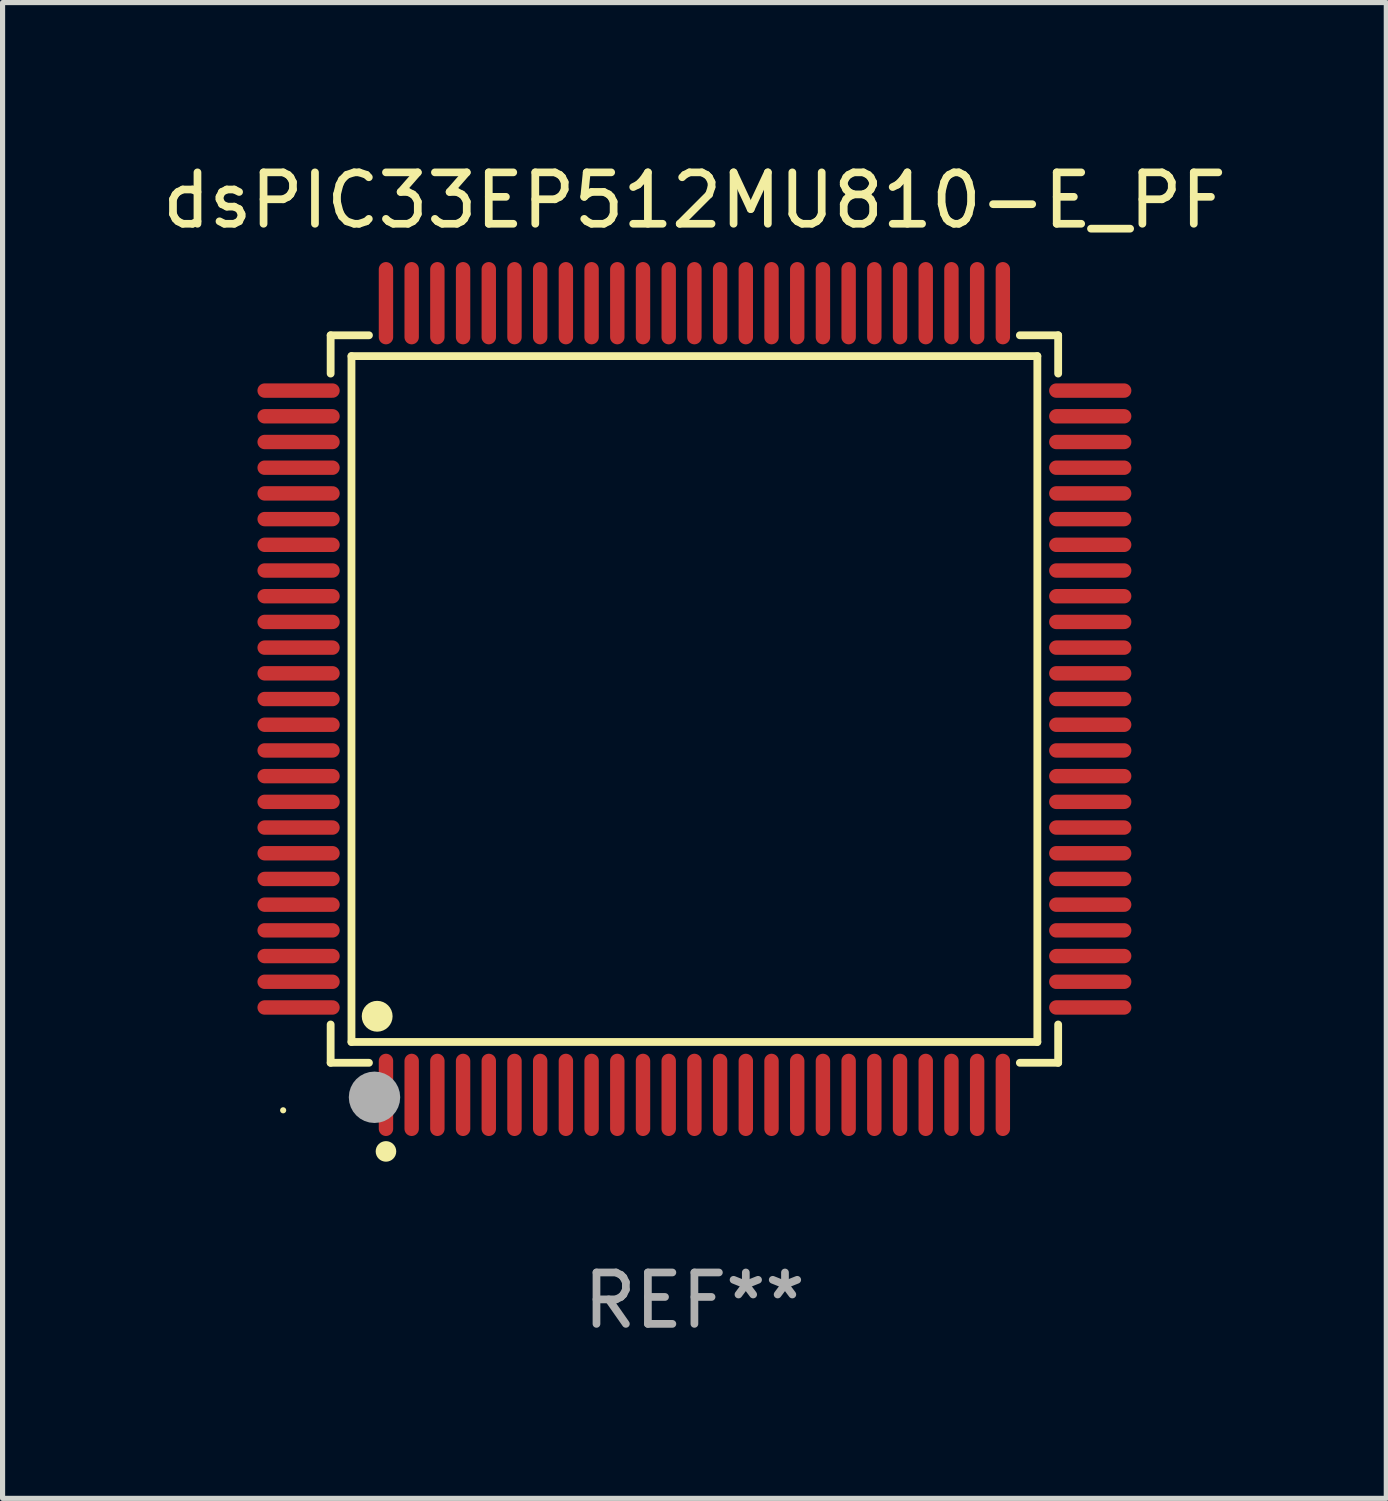
<source format=kicad_pcb>
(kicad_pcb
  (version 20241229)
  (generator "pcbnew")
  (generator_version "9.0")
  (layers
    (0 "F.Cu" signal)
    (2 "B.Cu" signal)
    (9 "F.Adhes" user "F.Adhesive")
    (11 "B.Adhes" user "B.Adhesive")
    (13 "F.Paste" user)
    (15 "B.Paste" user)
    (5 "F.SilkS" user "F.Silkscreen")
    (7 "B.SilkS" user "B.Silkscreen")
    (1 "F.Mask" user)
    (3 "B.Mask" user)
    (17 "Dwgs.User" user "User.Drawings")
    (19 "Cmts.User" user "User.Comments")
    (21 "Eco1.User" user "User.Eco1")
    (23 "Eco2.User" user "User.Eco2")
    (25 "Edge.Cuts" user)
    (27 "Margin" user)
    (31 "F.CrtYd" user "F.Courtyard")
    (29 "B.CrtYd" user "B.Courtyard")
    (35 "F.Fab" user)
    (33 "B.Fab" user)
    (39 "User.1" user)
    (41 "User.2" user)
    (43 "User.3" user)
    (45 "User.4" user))
  (footprint "dsPIC33EP512MU810-E_PF"
    (layer "F.Cu")
    (at 10.458 10.548)
    (property "Reference" "dsPIC33EP512MU810-E_PF" (at 0 -9.7 0) (layer "F.SilkS") (effects (font (size 1 1) (thickness 0.15))))
    (attr through_hole)
    (fp_line (start -7.076 -7.076) (end -6.331 -7.076) (stroke (width 0.152) (type solid)) (layer "F.SilkS"))
    (fp_line (start -7.076 -6.331) (end -7.076 -7.076) (stroke (width 0.152) (type solid)) (layer "F.SilkS"))
    (fp_line (start -7.076 6.331) (end -7.076 7.076) (stroke (width 0.152) (type solid)) (layer "F.SilkS"))
    (fp_line (start -7.076 7.076) (end -6.331 7.076) (stroke (width 0.152) (type solid)) (layer "F.SilkS"))
    (fp_line (start -6.671 -6.671) (end 6.671 -6.671) (stroke (width 0.152) (type solid)) (layer "F.SilkS"))
    (fp_line (start -6.671 6.671) (end -6.671 -6.671) (stroke (width 0.152) (type solid)) (layer "F.SilkS"))
    (fp_line (start 6.671 -6.671) (end 6.671 6.671) (stroke (width 0.152) (type solid)) (layer "F.SilkS"))
    (fp_line (start 6.671 6.671) (end -6.671 6.671) (stroke (width 0.152) (type solid)) (layer "F.SilkS"))
    (fp_line (start 7.076 -7.076) (end 6.331 -7.076) (stroke (width 0.152) (type solid)) (layer "F.SilkS"))
    (fp_line (start 7.076 -6.331) (end 7.076 -7.076) (stroke (width 0.152) (type solid)) (layer "F.SilkS"))
    (fp_line (start 7.076 6.331) (end 7.076 7.076) (stroke (width 0.152) (type solid)) (layer "F.SilkS"))
    (fp_line (start 7.076 7.076) (end 6.331 7.076) (stroke (width 0.152) (type solid)) (layer "F.SilkS"))
    (fp_circle (center -8 8) (end -7.97 8) (stroke (width 0.06) (type solid)) (fill no) (layer "F.SilkS"))
    (fp_circle (center -6.171 6.171) (end -6.021 6.171) (stroke (width 0.3) (type solid)) (fill no) (layer "F.SilkS"))
    (fp_circle (center -6 8.8) (end -5.9 8.8) (stroke (width 0.2) (type solid)) (fill no) (layer "F.SilkS"))
    (fp_circle (center -6.223 7.747) (end -5.973 7.747) (stroke (width 0.5) (type solid)) (fill no) (layer "F.Fab"))
    (fp_text user "REF**" (at 0 11.7 0) (layer "F.Fab") (effects (font (size 1 1) (thickness 0.15))))
    (pad "1" smd oval (at -6 7.7) (size 0.28 1.6) (layers "F.Cu" "F.Mask" "F.Paste"))
    (pad "2" smd oval (at -5.5 7.7) (size 0.28 1.6) (layers "F.Cu" "F.Mask" "F.Paste"))
    (pad "3" smd oval (at -5 7.7) (size 0.28 1.6) (layers "F.Cu" "F.Mask" "F.Paste"))
    (pad "4" smd oval (at -4.5 7.7) (size 0.28 1.6) (layers "F.Cu" "F.Mask" "F.Paste"))
    (pad "5" smd oval (at -4 7.7) (size 0.28 1.6) (layers "F.Cu" "F.Mask" "F.Paste"))
    (pad "6" smd oval (at -3.5 7.7) (size 0.28 1.6) (layers "F.Cu" "F.Mask" "F.Paste"))
    (pad "7" smd oval (at -3 7.7) (size 0.28 1.6) (layers "F.Cu" "F.Mask" "F.Paste"))
    (pad "8" smd oval (at -2.5 7.7) (size 0.28 1.6) (layers "F.Cu" "F.Mask" "F.Paste"))
    (pad "9" smd oval (at -2 7.7) (size 0.28 1.6) (layers "F.Cu" "F.Mask" "F.Paste"))
    (pad "10" smd oval (at -1.5 7.7) (size 0.28 1.6) (layers "F.Cu" "F.Mask" "F.Paste"))
    (pad "11" smd oval (at -1 7.7) (size 0.28 1.6) (layers "F.Cu" "F.Mask" "F.Paste"))
    (pad "12" smd oval (at -0.5 7.7) (size 0.28 1.6) (layers "F.Cu" "F.Mask" "F.Paste"))
    (pad "13" smd oval (at 0 7.7) (size 0.28 1.6) (layers "F.Cu" "F.Mask" "F.Paste"))
    (pad "14" smd oval (at 0.5 7.7) (size 0.28 1.6) (layers "F.Cu" "F.Mask" "F.Paste"))
    (pad "15" smd oval (at 1 7.7) (size 0.28 1.6) (layers "F.Cu" "F.Mask" "F.Paste"))
    (pad "16" smd oval (at 1.5 7.7) (size 0.28 1.6) (layers "F.Cu" "F.Mask" "F.Paste"))
    (pad "17" smd oval (at 2 7.7) (size 0.28 1.6) (layers "F.Cu" "F.Mask" "F.Paste"))
    (pad "18" smd oval (at 2.5 7.7) (size 0.28 1.6) (layers "F.Cu" "F.Mask" "F.Paste"))
    (pad "19" smd oval (at 3 7.7) (size 0.28 1.6) (layers "F.Cu" "F.Mask" "F.Paste"))
    (pad "20" smd oval (at 3.5 7.7) (size 0.28 1.6) (layers "F.Cu" "F.Mask" "F.Paste"))
    (pad "21" smd oval (at 4 7.7) (size 0.28 1.6) (layers "F.Cu" "F.Mask" "F.Paste"))
    (pad "22" smd oval (at 4.5 7.7) (size 0.28 1.6) (layers "F.Cu" "F.Mask" "F.Paste"))
    (pad "23" smd oval (at 5 7.7) (size 0.28 1.6) (layers "F.Cu" "F.Mask" "F.Paste"))
    (pad "24" smd oval (at 5.5 7.7) (size 0.28 1.6) (layers "F.Cu" "F.Mask" "F.Paste"))
    (pad "25" smd oval (at 6 7.7) (size 0.28 1.6) (layers "F.Cu" "F.Mask" "F.Paste"))
    (pad "26" smd oval (at 7.7 6) (size 1.6 0.28) (layers "F.Cu" "F.Mask" "F.Paste"))
    (pad "27" smd oval (at 7.7 5.5) (size 1.6 0.28) (layers "F.Cu" "F.Mask" "F.Paste"))
    (pad "28" smd oval (at 7.7 5) (size 1.6 0.28) (layers "F.Cu" "F.Mask" "F.Paste"))
    (pad "29" smd oval (at 7.7 4.5) (size 1.6 0.28) (layers "F.Cu" "F.Mask" "F.Paste"))
    (pad "30" smd oval (at 7.7 4) (size 1.6 0.28) (layers "F.Cu" "F.Mask" "F.Paste"))
    (pad "31" smd oval (at 7.7 3.5) (size 1.6 0.28) (layers "F.Cu" "F.Mask" "F.Paste"))
    (pad "32" smd oval (at 7.7 3) (size 1.6 0.28) (layers "F.Cu" "F.Mask" "F.Paste"))
    (pad "33" smd oval (at 7.7 2.5) (size 1.6 0.28) (layers "F.Cu" "F.Mask" "F.Paste"))
    (pad "34" smd oval (at 7.7 2) (size 1.6 0.28) (layers "F.Cu" "F.Mask" "F.Paste"))
    (pad "35" smd oval (at 7.7 1.5) (size 1.6 0.28) (layers "F.Cu" "F.Mask" "F.Paste"))
    (pad "36" smd oval (at 7.7 1) (size 1.6 0.28) (layers "F.Cu" "F.Mask" "F.Paste"))
    (pad "37" smd oval (at 7.7 0.5) (size 1.6 0.28) (layers "F.Cu" "F.Mask" "F.Paste"))
    (pad "38" smd oval (at 7.7 0) (size 1.6 0.28) (layers "F.Cu" "F.Mask" "F.Paste"))
    (pad "39" smd oval (at 7.7 -0.5) (size 1.6 0.28) (layers "F.Cu" "F.Mask" "F.Paste"))
    (pad "40" smd oval (at 7.7 -1) (size 1.6 0.28) (layers "F.Cu" "F.Mask" "F.Paste"))
    (pad "41" smd oval (at 7.7 -1.5) (size 1.6 0.28) (layers "F.Cu" "F.Mask" "F.Paste"))
    (pad "42" smd oval (at 7.7 -2) (size 1.6 0.28) (layers "F.Cu" "F.Mask" "F.Paste"))
    (pad "43" smd oval (at 7.7 -2.5) (size 1.6 0.28) (layers "F.Cu" "F.Mask" "F.Paste"))
    (pad "44" smd oval (at 7.7 -3) (size 1.6 0.28) (layers "F.Cu" "F.Mask" "F.Paste"))
    (pad "45" smd oval (at 7.7 -3.5) (size 1.6 0.28) (layers "F.Cu" "F.Mask" "F.Paste"))
    (pad "46" smd oval (at 7.7 -4) (size 1.6 0.28) (layers "F.Cu" "F.Mask" "F.Paste"))
    (pad "47" smd oval (at 7.7 -4.5) (size 1.6 0.28) (layers "F.Cu" "F.Mask" "F.Paste"))
    (pad "48" smd oval (at 7.7 -5) (size 1.6 0.28) (layers "F.Cu" "F.Mask" "F.Paste"))
    (pad "49" smd oval (at 7.7 -5.5) (size 1.6 0.28) (layers "F.Cu" "F.Mask" "F.Paste"))
    (pad "50" smd oval (at 7.7 -6) (size 1.6 0.28) (layers "F.Cu" "F.Mask" "F.Paste"))
    (pad "51" smd oval (at 6 -7.7) (size 0.28 1.6) (layers "F.Cu" "F.Mask" "F.Paste"))
    (pad "52" smd oval (at 5.5 -7.7) (size 0.28 1.6) (layers "F.Cu" "F.Mask" "F.Paste"))
    (pad "53" smd oval (at 5 -7.7) (size 0.28 1.6) (layers "F.Cu" "F.Mask" "F.Paste"))
    (pad "54" smd oval (at 4.5 -7.7) (size 0.28 1.6) (layers "F.Cu" "F.Mask" "F.Paste"))
    (pad "55" smd oval (at 4 -7.7) (size 0.28 1.6) (layers "F.Cu" "F.Mask" "F.Paste"))
    (pad "56" smd oval (at 3.5 -7.7) (size 0.28 1.6) (layers "F.Cu" "F.Mask" "F.Paste"))
    (pad "57" smd oval (at 3 -7.7) (size 0.28 1.6) (layers "F.Cu" "F.Mask" "F.Paste"))
    (pad "58" smd oval (at 2.5 -7.7) (size 0.28 1.6) (layers "F.Cu" "F.Mask" "F.Paste"))
    (pad "59" smd oval (at 2 -7.7) (size 0.28 1.6) (layers "F.Cu" "F.Mask" "F.Paste"))
    (pad "60" smd oval (at 1.5 -7.7) (size 0.28 1.6) (layers "F.Cu" "F.Mask" "F.Paste"))
    (pad "61" smd oval (at 1 -7.7) (size 0.28 1.6) (layers "F.Cu" "F.Mask" "F.Paste"))
    (pad "62" smd oval (at 0.5 -7.7) (size 0.28 1.6) (layers "F.Cu" "F.Mask" "F.Paste"))
    (pad "63" smd oval (at 0 -7.7) (size 0.28 1.6) (layers "F.Cu" "F.Mask" "F.Paste"))
    (pad "64" smd oval (at -0.5 -7.7) (size 0.28 1.6) (layers "F.Cu" "F.Mask" "F.Paste"))
    (pad "65" smd oval (at -1 -7.7) (size 0.28 1.6) (layers "F.Cu" "F.Mask" "F.Paste"))
    (pad "66" smd oval (at -1.5 -7.7) (size 0.28 1.6) (layers "F.Cu" "F.Mask" "F.Paste"))
    (pad "67" smd oval (at -2 -7.7) (size 0.28 1.6) (layers "F.Cu" "F.Mask" "F.Paste"))
    (pad "68" smd oval (at -2.5 -7.7) (size 0.28 1.6) (layers "F.Cu" "F.Mask" "F.Paste"))
    (pad "69" smd oval (at -3 -7.7) (size 0.28 1.6) (layers "F.Cu" "F.Mask" "F.Paste"))
    (pad "70" smd oval (at -3.5 -7.7) (size 0.28 1.6) (layers "F.Cu" "F.Mask" "F.Paste"))
    (pad "71" smd oval (at -4 -7.7) (size 0.28 1.6) (layers "F.Cu" "F.Mask" "F.Paste"))
    (pad "72" smd oval (at -4.5 -7.7) (size 0.28 1.6) (layers "F.Cu" "F.Mask" "F.Paste"))
    (pad "73" smd oval (at -5 -7.7) (size 0.28 1.6) (layers "F.Cu" "F.Mask" "F.Paste"))
    (pad "74" smd oval (at -5.5 -7.7) (size 0.28 1.6) (layers "F.Cu" "F.Mask" "F.Paste"))
    (pad "75" smd oval (at -6 -7.7) (size 0.28 1.6) (layers "F.Cu" "F.Mask" "F.Paste"))
    (pad "76" smd oval (at -7.7 -6) (size 1.6 0.28) (layers "F.Cu" "F.Mask" "F.Paste"))
    (pad "77" smd oval (at -7.7 -5.5) (size 1.6 0.28) (layers "F.Cu" "F.Mask" "F.Paste"))
    (pad "78" smd oval (at -7.7 -5) (size 1.6 0.28) (layers "F.Cu" "F.Mask" "F.Paste"))
    (pad "79" smd oval (at -7.7 -4.5) (size 1.6 0.28) (layers "F.Cu" "F.Mask" "F.Paste"))
    (pad "80" smd oval (at -7.7 -4) (size 1.6 0.28) (layers "F.Cu" "F.Mask" "F.Paste"))
    (pad "81" smd oval (at -7.7 -3.5) (size 1.6 0.28) (layers "F.Cu" "F.Mask" "F.Paste"))
    (pad "82" smd oval (at -7.7 -3) (size 1.6 0.28) (layers "F.Cu" "F.Mask" "F.Paste"))
    (pad "83" smd oval (at -7.7 -2.5) (size 1.6 0.28) (layers "F.Cu" "F.Mask" "F.Paste"))
    (pad "84" smd oval (at -7.7 -2) (size 1.6 0.28) (layers "F.Cu" "F.Mask" "F.Paste"))
    (pad "85" smd oval (at -7.7 -1.5) (size 1.6 0.28) (layers "F.Cu" "F.Mask" "F.Paste"))
    (pad "86" smd oval (at -7.7 -1) (size 1.6 0.28) (layers "F.Cu" "F.Mask" "F.Paste"))
    (pad "87" smd oval (at -7.7 -0.5) (size 1.6 0.28) (layers "F.Cu" "F.Mask" "F.Paste"))
    (pad "88" smd oval (at -7.7 0) (size 1.6 0.28) (layers "F.Cu" "F.Mask" "F.Paste"))
    (pad "89" smd oval (at -7.7 0.5) (size 1.6 0.28) (layers "F.Cu" "F.Mask" "F.Paste"))
    (pad "90" smd oval (at -7.7 1) (size 1.6 0.28) (layers "F.Cu" "F.Mask" "F.Paste"))
    (pad "91" smd oval (at -7.7 1.5) (size 1.6 0.28) (layers "F.Cu" "F.Mask" "F.Paste"))
    (pad "92" smd oval (at -7.7 2) (size 1.6 0.28) (layers "F.Cu" "F.Mask" "F.Paste"))
    (pad "93" smd oval (at -7.7 2.5) (size 1.6 0.28) (layers "F.Cu" "F.Mask" "F.Paste"))
    (pad "94" smd oval (at -7.7 3) (size 1.6 0.28) (layers "F.Cu" "F.Mask" "F.Paste"))
    (pad "95" smd oval (at -7.7 3.5) (size 1.6 0.28) (layers "F.Cu" "F.Mask" "F.Paste"))
    (pad "96" smd oval (at -7.7 4) (size 1.6 0.28) (layers "F.Cu" "F.Mask" "F.Paste"))
    (pad "97" smd oval (at -7.7 4.5) (size 1.6 0.28) (layers "F.Cu" "F.Mask" "F.Paste"))
    (pad "98" smd oval (at -7.7 5) (size 1.6 0.28) (layers "F.Cu" "F.Mask" "F.Paste"))
    (pad "99" smd oval (at -7.7 5.5) (size 1.6 0.28) (layers "F.Cu" "F.Mask" "F.Paste"))
    (pad "100" smd oval (at -7.7 6) (size 1.6 0.28) (layers "F.Cu" "F.Mask" "F.Paste")))
  (gr_rect
    (start -3 -3)
    (end 23.917 26.097)
    (stroke (width 0.1) (type default))
    (fill no)
    (layer "Edge.Cuts")))
</source>
